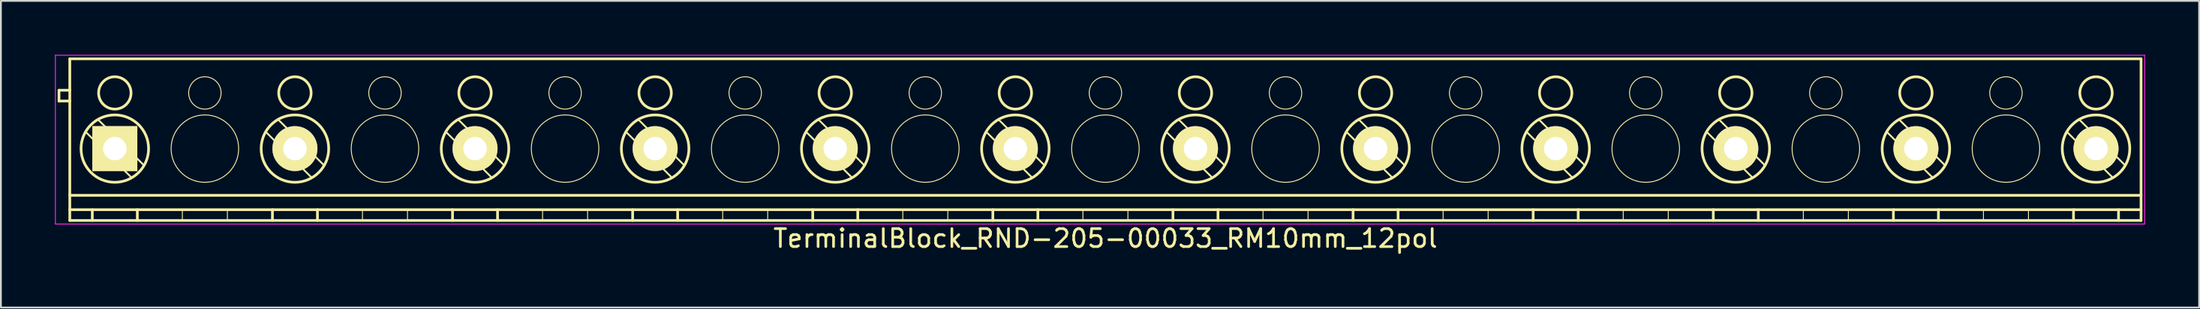
<source format=kicad_pcb>
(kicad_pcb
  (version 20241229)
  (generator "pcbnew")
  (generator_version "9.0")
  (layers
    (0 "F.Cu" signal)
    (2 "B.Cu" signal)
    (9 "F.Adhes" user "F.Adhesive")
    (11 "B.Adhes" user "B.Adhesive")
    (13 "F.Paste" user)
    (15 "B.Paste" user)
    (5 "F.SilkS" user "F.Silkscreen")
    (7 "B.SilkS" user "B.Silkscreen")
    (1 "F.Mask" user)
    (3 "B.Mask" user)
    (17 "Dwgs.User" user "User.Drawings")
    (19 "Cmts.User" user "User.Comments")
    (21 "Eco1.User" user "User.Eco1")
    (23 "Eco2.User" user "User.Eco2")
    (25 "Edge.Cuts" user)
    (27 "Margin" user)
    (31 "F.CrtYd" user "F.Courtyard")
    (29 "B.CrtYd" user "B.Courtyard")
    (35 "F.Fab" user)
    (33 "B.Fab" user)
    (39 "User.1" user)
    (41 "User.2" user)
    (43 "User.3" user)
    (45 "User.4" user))
  (footprint "TerminalBlock_RND-205-00033_RM10mm_12pol"
    (layer "F.Cu")
    (at 3.325 5.225)
    (property "Reference" "TerminalBlock_RND-205-00033_RM10mm_12pol" (at 55 5 0) (layer "F.SilkS") (effects (font (size 1 1) (thickness 0.15))))
    (attr through_hole)
    (fp_line (start -3.1 -3.25) (end -3.1 -2.65) (stroke (width 0.15) (type solid)) (layer "F.SilkS"))
    (fp_line (start -3.1 -2.65) (end -2.5 -2.65) (stroke (width 0.15) (type solid)) (layer "F.SilkS"))
    (fp_line (start -2.5 -5) (end 112.5 -5) (stroke (width 0.15) (type solid)) (layer "F.SilkS"))
    (fp_line (start -2.5 -3.25) (end -3.1 -3.25) (stroke (width 0.15) (type solid)) (layer "F.SilkS"))
    (fp_line (start -2.5 2.6) (end 112.5 2.6) (stroke (width 0.15) (type solid)) (layer "F.SilkS"))
    (fp_line (start -2.5 3.4) (end 112.5 3.4) (stroke (width 0.15) (type solid)) (layer "F.SilkS"))
    (fp_line (start -2.5 4) (end -2.5 -5) (stroke (width 0.15) (type solid)) (layer "F.SilkS"))
    (fp_line (start -1.25 3.4) (end -1.25 4) (stroke (width 0.15) (type solid)) (layer "F.SilkS"))
    (fp_line (start 0.937 1.624) (end -1.624 -0.938) (stroke (width 0.1) (type solid)) (layer "F.SilkS"))
    (fp_line (start 1.25 3.4) (end 1.25 4) (stroke (width 0.15) (type solid)) (layer "F.SilkS"))
    (fp_line (start 1.624 0.938) (end -0.937 -1.624) (stroke (width 0.1) (type solid)) (layer "F.SilkS"))
    (fp_line (start 3.75 3.4) (end 3.75 4) (stroke (width 0.05) (type solid)) (layer "F.SilkS"))
    (fp_line (start 6.25 3.4) (end 6.25 4) (stroke (width 0.05) (type solid)) (layer "F.SilkS"))
    (fp_line (start 8.75 3.4) (end 8.75 4) (stroke (width 0.15) (type solid)) (layer "F.SilkS"))
    (fp_line (start 10.938 1.624) (end 8.376 -0.938) (stroke (width 0.1) (type solid)) (layer "F.SilkS"))
    (fp_line (start 11.25 3.4) (end 11.25 4) (stroke (width 0.15) (type solid)) (layer "F.SilkS"))
    (fp_line (start 11.624 0.938) (end 9.063 -1.624) (stroke (width 0.1) (type solid)) (layer "F.SilkS"))
    (fp_line (start 13.75 3.4) (end 13.75 4) (stroke (width 0.05) (type solid)) (layer "F.SilkS"))
    (fp_line (start 16.25 3.4) (end 16.25 4) (stroke (width 0.05) (type solid)) (layer "F.SilkS"))
    (fp_line (start 18.75 3.4) (end 18.75 4) (stroke (width 0.15) (type solid)) (layer "F.SilkS"))
    (fp_line (start 20.938 1.624) (end 18.376 -0.938) (stroke (width 0.1) (type solid)) (layer "F.SilkS"))
    (fp_line (start 21.25 3.4) (end 21.25 4) (stroke (width 0.15) (type solid)) (layer "F.SilkS"))
    (fp_line (start 21.624 0.938) (end 19.063 -1.624) (stroke (width 0.1) (type solid)) (layer "F.SilkS"))
    (fp_line (start 23.75 3.4) (end 23.75 4) (stroke (width 0.05) (type solid)) (layer "F.SilkS"))
    (fp_line (start 26.25 3.4) (end 26.25 4) (stroke (width 0.05) (type solid)) (layer "F.SilkS"))
    (fp_line (start 28.75 3.4) (end 28.75 4) (stroke (width 0.15) (type solid)) (layer "F.SilkS"))
    (fp_line (start 30.938 1.624) (end 28.376 -0.938) (stroke (width 0.1) (type solid)) (layer "F.SilkS"))
    (fp_line (start 31.25 3.4) (end 31.25 4) (stroke (width 0.15) (type solid)) (layer "F.SilkS"))
    (fp_line (start 31.624 0.938) (end 29.063 -1.624) (stroke (width 0.1) (type solid)) (layer "F.SilkS"))
    (fp_line (start 33.75 3.4) (end 33.75 4) (stroke (width 0.05) (type solid)) (layer "F.SilkS"))
    (fp_line (start 36.25 3.4) (end 36.25 4) (stroke (width 0.05) (type solid)) (layer "F.SilkS"))
    (fp_line (start 38.75 3.4) (end 38.75 4) (stroke (width 0.15) (type solid)) (layer "F.SilkS"))
    (fp_line (start 40.938 1.624) (end 38.376 -0.938) (stroke (width 0.1) (type solid)) (layer "F.SilkS"))
    (fp_line (start 41.25 3.4) (end 41.25 4) (stroke (width 0.15) (type solid)) (layer "F.SilkS"))
    (fp_line (start 41.624 0.938) (end 39.063 -1.624) (stroke (width 0.1) (type solid)) (layer "F.SilkS"))
    (fp_line (start 43.75 3.4) (end 43.75 4) (stroke (width 0.05) (type solid)) (layer "F.SilkS"))
    (fp_line (start 46.25 3.4) (end 46.25 4) (stroke (width 0.05) (type solid)) (layer "F.SilkS"))
    (fp_line (start 48.75 3.4) (end 48.75 4) (stroke (width 0.15) (type solid)) (layer "F.SilkS"))
    (fp_line (start 50.938 1.624) (end 48.376 -0.938) (stroke (width 0.1) (type solid)) (layer "F.SilkS"))
    (fp_line (start 51.25 3.4) (end 51.25 4) (stroke (width 0.15) (type solid)) (layer "F.SilkS"))
    (fp_line (start 51.624 0.938) (end 49.063 -1.624) (stroke (width 0.1) (type solid)) (layer "F.SilkS"))
    (fp_line (start 53.75 3.4) (end 53.75 4) (stroke (width 0.05) (type solid)) (layer "F.SilkS"))
    (fp_line (start 56.25 3.4) (end 56.25 4) (stroke (width 0.05) (type solid)) (layer "F.SilkS"))
    (fp_line (start 58.75 3.4) (end 58.75 4) (stroke (width 0.15) (type solid)) (layer "F.SilkS"))
    (fp_line (start 60.938 1.624) (end 58.376 -0.938) (stroke (width 0.1) (type solid)) (layer "F.SilkS"))
    (fp_line (start 61.25 3.4) (end 61.25 4) (stroke (width 0.15) (type solid)) (layer "F.SilkS"))
    (fp_line (start 61.624 0.938) (end 59.063 -1.624) (stroke (width 0.1) (type solid)) (layer "F.SilkS"))
    (fp_line (start 63.75 3.4) (end 63.75 4) (stroke (width 0.05) (type solid)) (layer "F.SilkS"))
    (fp_line (start 66.25 3.4) (end 66.25 4) (stroke (width 0.05) (type solid)) (layer "F.SilkS"))
    (fp_line (start 68.75 3.4) (end 68.75 4) (stroke (width 0.15) (type solid)) (layer "F.SilkS"))
    (fp_line (start 70.938 1.624) (end 68.376 -0.938) (stroke (width 0.1) (type solid)) (layer "F.SilkS"))
    (fp_line (start 71.25 3.4) (end 71.25 4) (stroke (width 0.15) (type solid)) (layer "F.SilkS"))
    (fp_line (start 71.624 0.938) (end 69.063 -1.624) (stroke (width 0.1) (type solid)) (layer "F.SilkS"))
    (fp_line (start 73.75 3.4) (end 73.75 4) (stroke (width 0.05) (type solid)) (layer "F.SilkS"))
    (fp_line (start 76.25 3.4) (end 76.25 4) (stroke (width 0.05) (type solid)) (layer "F.SilkS"))
    (fp_line (start 78.75 3.4) (end 78.75 4) (stroke (width 0.15) (type solid)) (layer "F.SilkS"))
    (fp_line (start 80.938 1.624) (end 78.376 -0.938) (stroke (width 0.1) (type solid)) (layer "F.SilkS"))
    (fp_line (start 81.25 3.4) (end 81.25 4) (stroke (width 0.15) (type solid)) (layer "F.SilkS"))
    (fp_line (start 81.624 0.938) (end 79.063 -1.624) (stroke (width 0.1) (type solid)) (layer "F.SilkS"))
    (fp_line (start 83.75 3.4) (end 83.75 4) (stroke (width 0.05) (type solid)) (layer "F.SilkS"))
    (fp_line (start 86.25 3.4) (end 86.25 4) (stroke (width 0.05) (type solid)) (layer "F.SilkS"))
    (fp_line (start 88.75 3.4) (end 88.75 4) (stroke (width 0.15) (type solid)) (layer "F.SilkS"))
    (fp_line (start 90.938 1.624) (end 88.376 -0.938) (stroke (width 0.1) (type solid)) (layer "F.SilkS"))
    (fp_line (start 91.25 3.4) (end 91.25 4) (stroke (width 0.15) (type solid)) (layer "F.SilkS"))
    (fp_line (start 91.624 0.938) (end 89.063 -1.624) (stroke (width 0.1) (type solid)) (layer "F.SilkS"))
    (fp_line (start 93.75 3.4) (end 93.75 4) (stroke (width 0.05) (type solid)) (layer "F.SilkS"))
    (fp_line (start 96.25 3.4) (end 96.25 4) (stroke (width 0.05) (type solid)) (layer "F.SilkS"))
    (fp_line (start 98.75 3.4) (end 98.75 4) (stroke (width 0.15) (type solid)) (layer "F.SilkS"))
    (fp_line (start 100.937 1.624) (end 98.376 -0.938) (stroke (width 0.1) (type solid)) (layer "F.SilkS"))
    (fp_line (start 101.25 3.4) (end 101.25 4) (stroke (width 0.15) (type solid)) (layer "F.SilkS"))
    (fp_line (start 101.624 0.938) (end 99.063 -1.624) (stroke (width 0.1) (type solid)) (layer "F.SilkS"))
    (fp_line (start 103.75 3.4) (end 103.75 4) (stroke (width 0.05) (type solid)) (layer "F.SilkS"))
    (fp_line (start 106.25 3.4) (end 106.25 4) (stroke (width 0.05) (type solid)) (layer "F.SilkS"))
    (fp_line (start 108.75 3.4) (end 108.75 4) (stroke (width 0.15) (type solid)) (layer "F.SilkS"))
    (fp_line (start 110.937 1.624) (end 108.376 -0.938) (stroke (width 0.1) (type solid)) (layer "F.SilkS"))
    (fp_line (start 111.25 3.4) (end 111.25 4) (stroke (width 0.15) (type solid)) (layer "F.SilkS"))
    (fp_line (start 111.624 0.938) (end 109.063 -1.624) (stroke (width 0.1) (type solid)) (layer "F.SilkS"))
    (fp_line (start 112.5 -5) (end 112.5 4) (stroke (width 0.15) (type solid)) (layer "F.SilkS"))
    (fp_line (start 112.5 4) (end -2.5 4) (stroke (width 0.15) (type solid)) (layer "F.SilkS"))
    (fp_circle (center 0 -3.1) (end -0.9 -3.1) (stroke (width 0.15) (type solid)) (fill no) (layer "F.SilkS"))
    (fp_circle (center 0 0) (end -1.875 0) (stroke (width 0.15) (type solid)) (fill no) (layer "F.SilkS"))
    (fp_circle (center 5 -3.1) (end 4.1 -3.1) (stroke (width 0.05) (type solid)) (fill no) (layer "F.SilkS"))
    (fp_circle (center 5 0) (end 3.125 0) (stroke (width 0.05) (type solid)) (fill no) (layer "F.SilkS"))
    (fp_circle (center 10 -3.1) (end 9.1 -3.1) (stroke (width 0.15) (type solid)) (fill no) (layer "F.SilkS"))
    (fp_circle (center 10 0) (end 8.125 0) (stroke (width 0.15) (type solid)) (fill no) (layer "F.SilkS"))
    (fp_circle (center 15 -3.1) (end 14.1 -3.1) (stroke (width 0.05) (type solid)) (fill no) (layer "F.SilkS"))
    (fp_circle (center 15 0) (end 13.125 0) (stroke (width 0.05) (type solid)) (fill no) (layer "F.SilkS"))
    (fp_circle (center 20 -3.1) (end 19.1 -3.1) (stroke (width 0.15) (type solid)) (fill no) (layer "F.SilkS"))
    (fp_circle (center 20 0) (end 18.125 0) (stroke (width 0.15) (type solid)) (fill no) (layer "F.SilkS"))
    (fp_circle (center 25 -3.1) (end 24.1 -3.1) (stroke (width 0.05) (type solid)) (fill no) (layer "F.SilkS"))
    (fp_circle (center 25 0) (end 23.125 0) (stroke (width 0.05) (type solid)) (fill no) (layer "F.SilkS"))
    (fp_circle (center 30 -3.1) (end 29.1 -3.1) (stroke (width 0.15) (type solid)) (fill no) (layer "F.SilkS"))
    (fp_circle (center 30 0) (end 28.125 0) (stroke (width 0.15) (type solid)) (fill no) (layer "F.SilkS"))
    (fp_circle (center 35 -3.1) (end 34.1 -3.1) (stroke (width 0.05) (type solid)) (fill no) (layer "F.SilkS"))
    (fp_circle (center 35 0) (end 33.125 0) (stroke (width 0.05) (type solid)) (fill no) (layer "F.SilkS"))
    (fp_circle (center 40 -3.1) (end 39.1 -3.1) (stroke (width 0.15) (type solid)) (fill no) (layer "F.SilkS"))
    (fp_circle (center 40 0) (end 38.125 0) (stroke (width 0.15) (type solid)) (fill no) (layer "F.SilkS"))
    (fp_circle (center 45 -3.1) (end 44.1 -3.1) (stroke (width 0.05) (type solid)) (fill no) (layer "F.SilkS"))
    (fp_circle (center 45 0) (end 43.125 0) (stroke (width 0.05) (type solid)) (fill no) (layer "F.SilkS"))
    (fp_circle (center 50 -3.1) (end 49.1 -3.1) (stroke (width 0.15) (type solid)) (fill no) (layer "F.SilkS"))
    (fp_circle (center 50 0) (end 48.125 0) (stroke (width 0.15) (type solid)) (fill no) (layer "F.SilkS"))
    (fp_circle (center 55 -3.1) (end 54.1 -3.1) (stroke (width 0.05) (type solid)) (fill no) (layer "F.SilkS"))
    (fp_circle (center 55 0) (end 53.125 0) (stroke (width 0.05) (type solid)) (fill no) (layer "F.SilkS"))
    (fp_circle (center 60 -3.1) (end 59.1 -3.1) (stroke (width 0.15) (type solid)) (fill no) (layer "F.SilkS"))
    (fp_circle (center 60 0) (end 58.125 0) (stroke (width 0.15) (type solid)) (fill no) (layer "F.SilkS"))
    (fp_circle (center 65 -3.1) (end 64.1 -3.1) (stroke (width 0.05) (type solid)) (fill no) (layer "F.SilkS"))
    (fp_circle (center 65 0) (end 63.125 0) (stroke (width 0.05) (type solid)) (fill no) (layer "F.SilkS"))
    (fp_circle (center 70 -3.1) (end 69.1 -3.1) (stroke (width 0.15) (type solid)) (fill no) (layer "F.SilkS"))
    (fp_circle (center 70 0) (end 68.125 0) (stroke (width 0.15) (type solid)) (fill no) (layer "F.SilkS"))
    (fp_circle (center 75 -3.1) (end 74.1 -3.1) (stroke (width 0.05) (type solid)) (fill no) (layer "F.SilkS"))
    (fp_circle (center 75 0) (end 73.125 0) (stroke (width 0.05) (type solid)) (fill no) (layer "F.SilkS"))
    (fp_circle (center 80 -3.1) (end 79.1 -3.1) (stroke (width 0.15) (type solid)) (fill no) (layer "F.SilkS"))
    (fp_circle (center 80 0) (end 78.125 0) (stroke (width 0.15) (type solid)) (fill no) (layer "F.SilkS"))
    (fp_circle (center 85 -3.1) (end 84.1 -3.1) (stroke (width 0.05) (type solid)) (fill no) (layer "F.SilkS"))
    (fp_circle (center 85 0) (end 83.125 0) (stroke (width 0.05) (type solid)) (fill no) (layer "F.SilkS"))
    (fp_circle (center 90 -3.1) (end 89.1 -3.1) (stroke (width 0.15) (type solid)) (fill no) (layer "F.SilkS"))
    (fp_circle (center 90 0) (end 88.125 0) (stroke (width 0.15) (type solid)) (fill no) (layer "F.SilkS"))
    (fp_circle (center 95 -3.1) (end 94.1 -3.1) (stroke (width 0.05) (type solid)) (fill no) (layer "F.SilkS"))
    (fp_circle (center 95 0) (end 93.125 0) (stroke (width 0.05) (type solid)) (fill no) (layer "F.SilkS"))
    (fp_circle (center 100 -3.1) (end 99.1 -3.1) (stroke (width 0.15) (type solid)) (fill no) (layer "F.SilkS"))
    (fp_circle (center 100 0) (end 98.125 0) (stroke (width 0.15) (type solid)) (fill no) (layer "F.SilkS"))
    (fp_circle (center 105 -3.1) (end 104.1 -3.1) (stroke (width 0.05) (type solid)) (fill no) (layer "F.SilkS"))
    (fp_circle (center 105 0) (end 103.125 0) (stroke (width 0.05) (type solid)) (fill no) (layer "F.SilkS"))
    (fp_circle (center 110 -3.1) (end 109.1 -3.1) (stroke (width 0.15) (type solid)) (fill no) (layer "F.SilkS"))
    (fp_circle (center 110 0) (end 108.125 0) (stroke (width 0.15) (type solid)) (fill no) (layer "F.SilkS"))
    (fp_line (start -3.3 -5.2) (end 112.7 -5.2) (stroke (width 0.05) (type solid)) (layer "F.CrtYd"))
    (fp_line (start -3.3 4.2) (end -3.3 -5.2) (stroke (width 0.05) (type solid)) (layer "F.CrtYd"))
    (fp_line (start 112.7 -5.2) (end 112.7 4.2) (stroke (width 0.05) (type solid)) (layer "F.CrtYd"))
    (fp_line (start 112.7 4.2) (end -3.3 4.2) (stroke (width 0.05) (type solid)) (layer "F.CrtYd"))
    (pad "1" thru_hole rect (at 0 0) (size 2.5 2.5) (drill 1.3) (layers "*.Cu" "*.Mask" "F.SilkS"))
    (pad "2" thru_hole circle (at 10 0) (size 2.5 2.5) (drill 1.3) (layers "*.Cu" "*.Mask" "F.SilkS"))
    (pad "3" thru_hole circle (at 20 0) (size 2.5 2.5) (drill 1.3) (layers "*.Cu" "*.Mask" "F.SilkS"))
    (pad "4" thru_hole circle (at 30 0) (size 2.5 2.5) (drill 1.3) (layers "*.Cu" "*.Mask" "F.SilkS"))
    (pad "5" thru_hole circle (at 40 0) (size 2.5 2.5) (drill 1.3) (layers "*.Cu" "*.Mask" "F.SilkS"))
    (pad "6" thru_hole circle (at 50 0) (size 2.5 2.5) (drill 1.3) (layers "*.Cu" "*.Mask" "F.SilkS"))
    (pad "7" thru_hole circle (at 60 0) (size 2.5 2.5) (drill 1.3) (layers "*.Cu" "*.Mask" "F.SilkS"))
    (pad "8" thru_hole circle (at 70 0) (size 2.5 2.5) (drill 1.3) (layers "*.Cu" "*.Mask" "F.SilkS"))
    (pad "9" thru_hole circle (at 80 0) (size 2.5 2.5) (drill 1.3) (layers "*.Cu" "*.Mask" "F.SilkS"))
    (pad "10" thru_hole circle (at 90 0) (size 2.5 2.5) (drill 1.3) (layers "*.Cu" "*.Mask" "F.SilkS"))
    (pad "11" thru_hole circle (at 100 0) (size 2.5 2.5) (drill 1.3) (layers "*.Cu" "*.Mask" "F.SilkS"))
    (pad "12" thru_hole circle (at 110 0) (size 2.5 2.5) (drill 1.3) (layers "*.Cu" "*.Mask" "F.SilkS")))
  (gr_rect
    (start -3 -3)
    (end 119.05 14.073)
    (stroke (width 0.1) (type default))
    (fill no)
    (layer "Edge.Cuts")))
</source>
